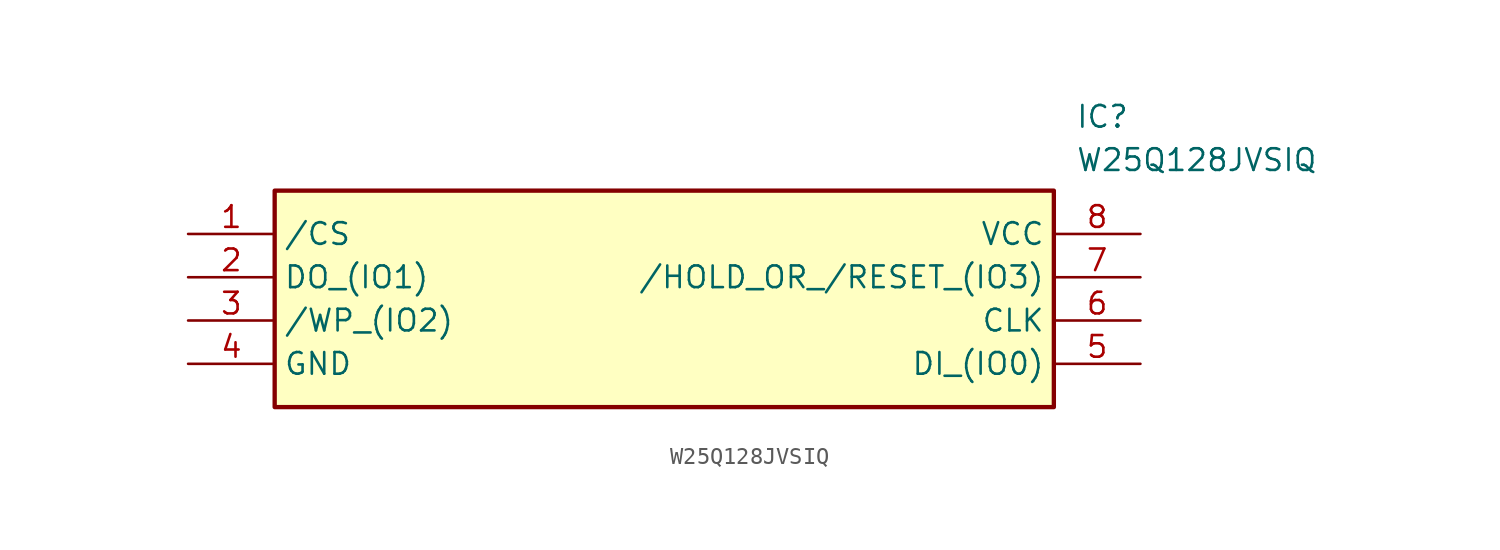
<source format=kicad_sym>
(kicad_symbol_lib
  (version 20211014)
  (generator SamacSys_ECAD_Model)
  (symbol "W25Q128JVSIQ"
    (property "Reference" "IC"
      (at 52.07 7.62 0)
      (effects (font (size 1.27 1.27)) (justify left top)))
    (property "Value" "W25Q128JVSIQ"
      (at 52.07 5.08 0)
      (effects (font (size 1.27 1.27)) (justify left top)))
    (rectangle
      (start 5.08 2.54)
      (end 50.8 -10.16)
      (stroke (width 0.254) (type default))
      (fill (type background)))
    (pin passive line
      (at 0 0 0)
      (length 5.08)
      (name "/CS" (effects (font (size 1.27 1.27))))
      (number "1" (effects (font (size 1.27 1.27)))))
    (pin passive line
      (at 0 -2.54 0)
      (length 5.08)
      (name "DO_(IO1)" (effects (font (size 1.27 1.27))))
      (number "2" (effects (font (size 1.27 1.27)))))
    (pin passive line
      (at 0 -5.08 0)
      (length 5.08)
      (name "/WP_(IO2)" (effects (font (size 1.27 1.27))))
      (number "3" (effects (font (size 1.27 1.27)))))
    (pin passive line
      (at 0 -7.62 0)
      (length 5.08)
      (name "GND" (effects (font (size 1.27 1.27))))
      (number "4" (effects (font (size 1.27 1.27)))))
    (pin passive line
      (at 55.88 0 180)
      (length 5.08)
      (name "VCC" (effects (font (size 1.27 1.27))))
      (number "8" (effects (font (size 1.27 1.27)))))
    (pin passive line
      (at 55.88 -2.54 180)
      (length 5.08)
      (name "/HOLD_OR_/RESET_(IO3)" (effects (font (size 1.27 1.27))))
      (number "7" (effects (font (size 1.27 1.27)))))
    (pin passive line
      (at 55.88 -5.08 180)
      (length 5.08)
      (name "CLK" (effects (font (size 1.27 1.27))))
      (number "6" (effects (font (size 1.27 1.27)))))
    (pin passive line
      (at 55.88 -7.62 180)
      (length 5.08)
      (name "DI_(IO0)" (effects (font (size 1.27 1.27))))
      (number "5" (effects (font (size 1.27 1.27)))))))
</source>
